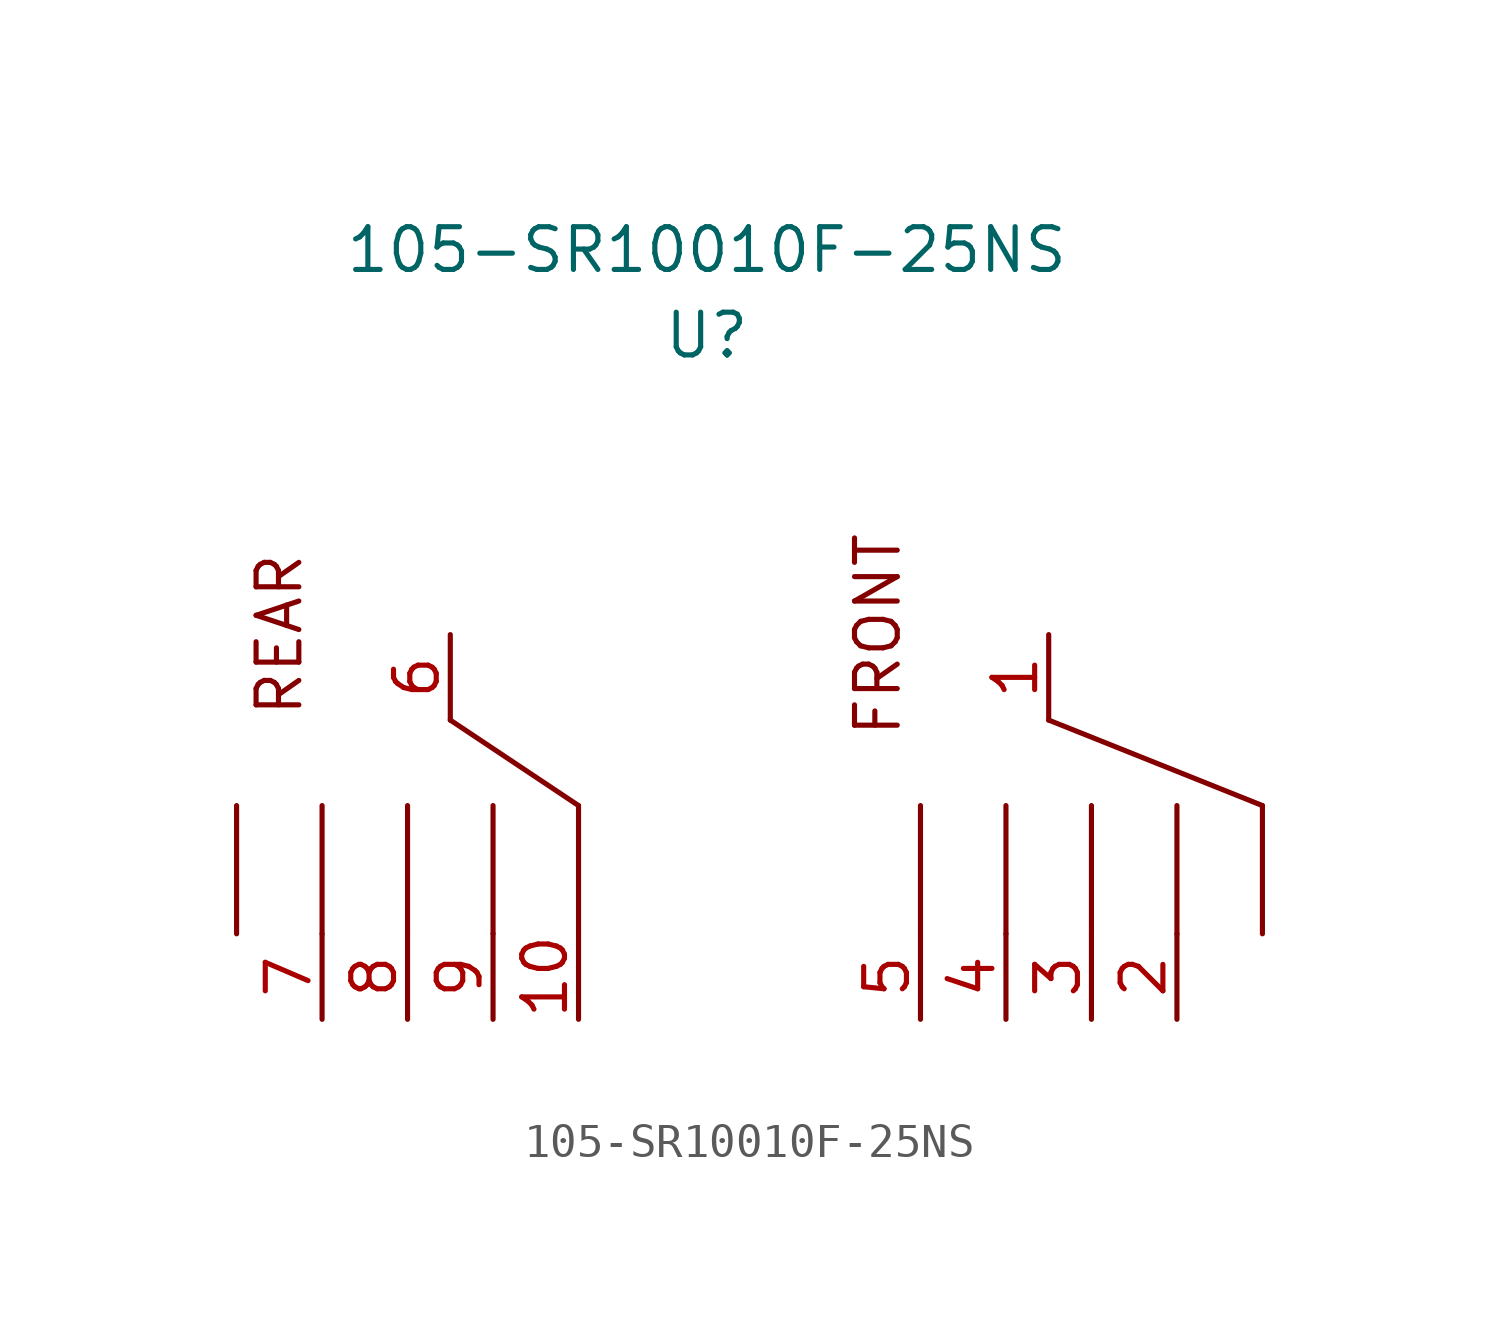
<source format=kicad_sym>
(kicad_symbol_lib
  (version 20211014)
  (generator kicad_symbol_editor)
  (symbol "105-SR10010F-25NS"
    (property "Reference" "U"
      (at 0 5.08 0)
      (effects (font (size 1.27 1.27))))
    (property "Value" "105-SR10010F-25NS"
      (at 0 7.62 0)
      (effects (font (size 1.27 1.27))))
    (symbol "105-SR10010F-25NS_0_0"
      (text "FRONT" (at 5.08 -3.81 900) (effects (font (size 1.27 1.27))))
      (text "REAR" (at -12.7 -3.81 900) (effects (font (size 1.27 1.27)))))
    (symbol "105-SR10010F-25NS_0_1"
      (polyline (pts (xy -13.97 -12.7) (xy -13.97 -8.89)) (stroke (width 0) (type default) (color 0 0 0 0)) (fill (type none)))
      (polyline (pts (xy -11.43 -12.7) (xy -11.43 -8.89)) (stroke (width 0) (type default) (color 0 0 0 0)) (fill (type none)))
      (polyline (pts (xy -8.89 -12.7) (xy -8.89 -8.89)) (stroke (width 0) (type default) (color 0 0 0 0)) (fill (type none)))
      (polyline (pts (xy -6.35 -12.7) (xy -6.35 -8.89)) (stroke (width 0) (type default) (color 0 0 0 0)) (fill (type none)))
      (polyline (pts (xy -3.81 -12.7) (xy -3.81 -8.89)) (stroke (width 0) (type default) (color 0 0 0 0)) (fill (type none)))
      (polyline (pts (xy -3.81 -8.89) (xy -7.62 -6.35)) (stroke (width 0) (type default) (color 0 0 0 0)) (fill (type none)))
      (polyline (pts (xy 6.35 -12.7) (xy 6.35 -8.89)) (stroke (width 0) (type default) (color 0 0 0 0)) (fill (type none)))
      (polyline (pts (xy 8.89 -12.7) (xy 8.89 -8.89)) (stroke (width 0) (type default) (color 0 0 0 0)) (fill (type none)))
      (polyline (pts (xy 11.43 -12.7) (xy 11.43 -8.89)) (stroke (width 0) (type default) (color 0 0 0 0)) (fill (type none)))
      (polyline (pts (xy 13.97 -12.7) (xy 13.97 -8.89)) (stroke (width 0) (type default) (color 0 0 0 0)) (fill (type none)))
      (polyline (pts (xy 16.51 -12.7) (xy 16.51 -8.89)) (stroke (width 0) (type default) (color 0 0 0 0)) (fill (type none)))
      (polyline (pts (xy 16.51 -8.89) (xy 10.16 -6.35)) (stroke (width 0) (type default) (color 0 0 0 0)) (fill (type none))))
    (symbol "105-SR10010F-25NS_1_1"
      (pin input line (at 10.16 -3.81 270) (length 2.54) (name "" (effects (font (size 1.27 1.27)))) (number "1" (effects (font (size 1.27 1.27)))))
      (pin output line (at -3.81 -15.24 90) (length 2.54) (name "" (effects (font (size 1.27 1.27)))) (number "10" (effects (font (size 1.27 1.27)))))
      (pin output line (at 13.97 -15.24 90) (length 2.54) (name "" (effects (font (size 1.27 1.27)))) (number "2" (effects (font (size 1.27 1.27)))))
      (pin output line (at 11.43 -15.24 90) (length 2.54) (name "" (effects (font (size 1.27 1.27)))) (number "3" (effects (font (size 1.27 1.27)))))
      (pin output line (at 8.89 -15.24 90) (length 2.54) (name "" (effects (font (size 1.27 1.27)))) (number "4" (effects (font (size 1.27 1.27)))))
      (pin output line (at 6.35 -15.24 90) (length 2.54) (name "" (effects (font (size 1.27 1.27)))) (number "5" (effects (font (size 1.27 1.27)))))
      (pin input line (at -7.62 -3.81 270) (length 2.54) (name "" (effects (font (size 1.27 1.27)))) (number "6" (effects (font (size 1.27 1.27)))))
      (pin output line (at -11.43 -15.24 90) (length 2.54) (name "" (effects (font (size 1.27 1.27)))) (number "7" (effects (font (size 1.27 1.27)))))
      (pin output line (at -8.89 -15.24 90) (length 2.54) (name "" (effects (font (size 1.27 1.27)))) (number "8" (effects (font (size 1.27 1.27)))))
      (pin output line (at -6.35 -15.24 90) (length 2.54) (name "" (effects (font (size 1.27 1.27)))) (number "9" (effects (font (size 1.27 1.27))))))))
</source>
